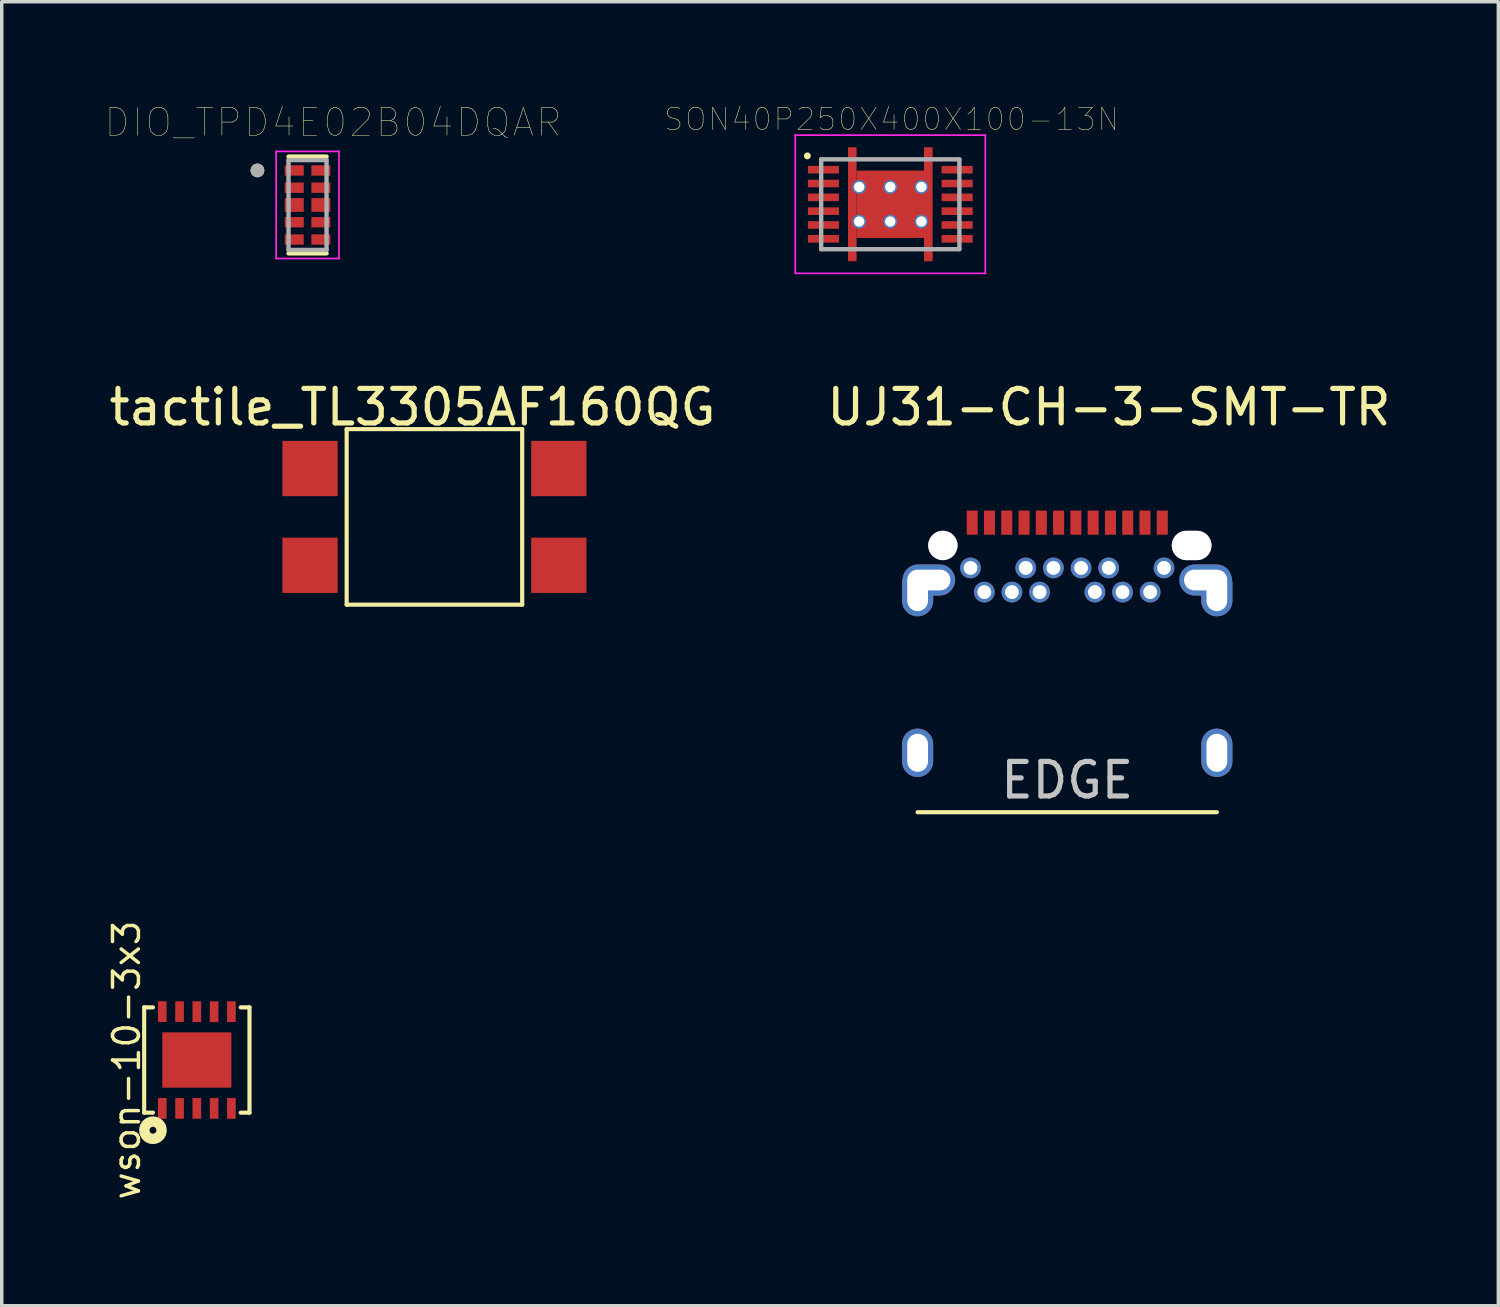
<source format=kicad_pcb>
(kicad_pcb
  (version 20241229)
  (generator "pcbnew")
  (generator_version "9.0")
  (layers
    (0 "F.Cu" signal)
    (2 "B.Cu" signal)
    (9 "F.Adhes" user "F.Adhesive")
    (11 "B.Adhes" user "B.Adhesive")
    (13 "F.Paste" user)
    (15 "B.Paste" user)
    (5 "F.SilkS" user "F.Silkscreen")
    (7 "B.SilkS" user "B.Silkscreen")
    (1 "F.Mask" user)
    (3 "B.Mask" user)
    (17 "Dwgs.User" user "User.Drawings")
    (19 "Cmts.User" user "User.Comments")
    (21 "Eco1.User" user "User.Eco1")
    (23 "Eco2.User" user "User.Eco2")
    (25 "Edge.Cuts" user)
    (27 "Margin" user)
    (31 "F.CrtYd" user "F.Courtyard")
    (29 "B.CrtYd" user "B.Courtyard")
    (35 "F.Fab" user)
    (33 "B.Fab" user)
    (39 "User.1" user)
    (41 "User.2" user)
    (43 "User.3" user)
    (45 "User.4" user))
  (footprint "UJ31-CH-3-SMT-TR"
    (layer "F.Cu")
    (at 27.835 12.735)
    (property "Reference" "UJ31-CH-3-SMT-TR" (at 1.206 -4 0) (layer "F.SilkS") (effects (font (size 1 1) (thickness 0.15))))
    (attr through_hole)
    (fp_line (start -4.33 7.72) (end 4.33 7.72) (stroke (width 0.12) (type solid)) (layer "F.SilkS"))
    (fp_text user "EDGE" (at 0 6.795 0) (layer "Dwgs.User") (effects (font (size 1 1) (thickness 0.15))))
    (pad "0" thru_hole oval (at -4.33 1.35) (size 0.9 1.4) (drill oval 0.6 1.1) (layers "*.Cu" "*.Mask"))
    (pad "0" thru_hole oval (at -4.33 6) (size 0.9 1.4) (drill oval 0.6 1.1) (layers "*.Cu" "*.Mask"))
    (pad "0" thru_hole oval (at -4.005 1) (size 1.52 0.9) (drill oval 1.25 0.6) (layers "*.Cu" "*.Mask"))
    (pad "0" thru_hole oval (at 4.005 1) (size 1.52 0.9) (drill oval 1.25 0.6) (layers "*.Cu" "*.Mask"))
    (pad "0" thru_hole oval (at 4.33 1.35) (size 0.9 1.4) (drill oval 0.6 1.1) (layers "*.Cu" "*.Mask"))
    (pad "0" thru_hole oval (at 4.33 6) (size 0.9 1.4) (drill oval 0.6 1.1) (layers "*.Cu" "*.Mask"))
    (pad "A1" smd rect (at -2.75 -0.66) (size 0.32 0.7) (layers "F.Cu" "F.Mask" "F.Paste"))
    (pad "A2" smd rect (at -2.25 -0.66) (size 0.32 0.7) (layers "F.Cu" "F.Mask" "F.Paste"))
    (pad "A3" smd rect (at -1.75 -0.66) (size 0.32 0.7) (layers "F.Cu" "F.Mask" "F.Paste"))
    (pad "A4" smd rect (at -1.25 -0.66) (size 0.32 0.7) (layers "F.Cu" "F.Mask" "F.Paste"))
    (pad "A5" smd rect (at -0.75 -0.66) (size 0.32 0.7) (layers "F.Cu" "F.Mask" "F.Paste"))
    (pad "A6" smd rect (at -0.25 -0.66) (size 0.32 0.7) (layers "F.Cu" "F.Mask" "F.Paste"))
    (pad "A7" smd rect (at 0.25 -0.66) (size 0.32 0.7) (layers "F.Cu" "F.Mask" "F.Paste"))
    (pad "A8" smd rect (at 0.75 -0.66) (size 0.32 0.7) (layers "F.Cu" "F.Mask" "F.Paste"))
    (pad "A9" smd rect (at 1.25 -0.66) (size 0.32 0.7) (layers "F.Cu" "F.Mask" "F.Paste"))
    (pad "A10" smd rect (at 1.75 -0.66) (size 0.32 0.7) (layers "F.Cu" "F.Mask" "F.Paste"))
    (pad "A11" smd rect (at 2.25 -0.66) (size 0.32 0.7) (layers "F.Cu" "F.Mask" "F.Paste"))
    (pad "A12" smd rect (at 2.75 -0.66) (size 0.32 0.7) (layers "F.Cu" "F.Mask" "F.Paste"))
    (pad "B1" thru_hole circle (at 2.8 0.65) (size 0.6 0.6) (drill 0.4) (layers "*.Cu" "*.Mask"))
    (pad "B2" thru_hole circle (at 2.4 1.35) (size 0.6 0.6) (drill 0.4) (layers "*.Cu" "*.Mask"))
    (pad "B3" thru_hole circle (at 1.6 1.35) (size 0.6 0.6) (drill 0.4) (layers "*.Cu" "*.Mask"))
    (pad "B4" thru_hole circle (at 1.2 0.65) (size 0.6 0.6) (drill 0.4) (layers "*.Cu" "*.Mask"))
    (pad "B5" thru_hole circle (at 0.8 1.35) (size 0.6 0.6) (drill 0.4) (layers "*.Cu" "*.Mask"))
    (pad "B6" thru_hole circle (at 0.4 0.65) (size 0.6 0.6) (drill 0.4) (layers "*.Cu" "*.Mask"))
    (pad "B7" thru_hole circle (at -0.4 0.65) (size 0.6 0.6) (drill 0.4) (layers "*.Cu" "*.Mask"))
    (pad "B8" thru_hole circle (at -0.8 1.35) (size 0.6 0.6) (drill 0.4) (layers "*.Cu" "*.Mask"))
    (pad "B9" thru_hole circle (at -1.2 0.65) (size 0.6 0.6) (drill 0.4) (layers "*.Cu" "*.Mask"))
    (pad "B10" thru_hole circle (at -1.6 1.35) (size 0.6 0.6) (drill 0.4) (layers "*.Cu" "*.Mask"))
    (pad "B11" thru_hole circle (at -2.4 1.35) (size 0.6 0.6) (drill 0.4) (layers "*.Cu" "*.Mask"))
    (pad "B12" thru_hole circle (at -2.8 0.65) (size 0.6 0.6) (drill 0.4) (layers "*.Cu" "*.Mask"))
    (pad "~" thru_hole circle (at -3.6 0) (size 0.85 0.85) (drill 0.85) (layers "*.Cu" "*.Mask"))
    (pad "~" thru_hole oval (at 3.6 0) (size 1.15 0.85) (drill oval 1.15 0.85) (layers "*.Cu" "*.Mask")))
  (footprint "DIO_TPD4E02B04DQAR"
    (layer "F.Cu")
    (at 5.85 2.882)
    (property "Reference" "DIO_TPD4E02B04DQAR" (at 0.74 -2.388 0) (layer "F.SilkS") (effects (font (size 0.8 0.8) (thickness 0.015))))
    (attr through_hole)
    (fp_poly (pts (xy -0.71 -1.2) (xy -0.06 -1.2) (xy -0.06 -0.8) (xy -0.71 -0.8)) (stroke (width 0.01) (type solid)) (fill yes) (layer "F.Mask"))
    (fp_poly (pts (xy -0.71 -0.7) (xy -0.06 -0.7) (xy -0.06 -0.3) (xy -0.71 -0.3)) (stroke (width 0.01) (type solid)) (fill yes) (layer "F.Mask"))
    (fp_poly (pts (xy -0.71 -0.25) (xy -0.06 -0.25) (xy -0.06 0.25) (xy -0.71 0.25)) (stroke (width 0.01) (type solid)) (fill yes) (layer "F.Mask"))
    (fp_poly (pts (xy -0.71 0.3) (xy -0.06 0.3) (xy -0.06 0.7) (xy -0.71 0.7)) (stroke (width 0.01) (type solid)) (fill yes) (layer "F.Mask"))
    (fp_poly (pts (xy -0.71 0.8) (xy -0.06 0.8) (xy -0.06 1.2) (xy -0.71 1.2)) (stroke (width 0.01) (type solid)) (fill yes) (layer "F.Mask"))
    (fp_poly (pts (xy 0.06 -1.2) (xy 0.71 -1.2) (xy 0.71 -0.8) (xy 0.06 -0.8)) (stroke (width 0.01) (type solid)) (fill yes) (layer "F.Mask"))
    (fp_poly (pts (xy 0.06 -0.7) (xy 0.71 -0.7) (xy 0.71 -0.3) (xy 0.06 -0.3)) (stroke (width 0.01) (type solid)) (fill yes) (layer "F.Mask"))
    (fp_poly (pts (xy 0.06 -0.25) (xy 0.71 -0.25) (xy 0.71 0.25) (xy 0.06 0.25)) (stroke (width 0.01) (type solid)) (fill yes) (layer "F.Mask"))
    (fp_poly (pts (xy 0.06 0.3) (xy 0.71 0.3) (xy 0.71 0.7) (xy 0.06 0.7)) (stroke (width 0.01) (type solid)) (fill yes) (layer "F.Mask"))
    (fp_poly (pts (xy 0.06 0.8) (xy 0.71 0.8) (xy 0.71 1.2) (xy 0.06 1.2)) (stroke (width 0.01) (type solid)) (fill yes) (layer "F.Mask"))
    (fp_line (start -0.55 1.4) (end 0.55 1.4) (stroke (width 0.127) (type solid)) (layer "F.SilkS"))
    (fp_line (start 0.55 -1.4) (end -0.55 -1.4) (stroke (width 0.127) (type solid)) (layer "F.SilkS"))
    (fp_circle (center -1.45 -1) (end -1.35 -1) (stroke (width 0.2) (type solid)) (fill no) (layer "F.SilkS"))
    (fp_line (start -0.91 -1.55) (end 0.91 -1.55) (stroke (width 0.05) (type solid)) (layer "F.CrtYd"))
    (fp_line (start -0.91 1.55) (end -0.91 -1.55) (stroke (width 0.05) (type solid)) (layer "F.CrtYd"))
    (fp_line (start 0.91 -1.55) (end 0.91 1.55) (stroke (width 0.05) (type solid)) (layer "F.CrtYd"))
    (fp_line (start 0.91 1.55) (end -0.91 1.55) (stroke (width 0.05) (type solid)) (layer "F.CrtYd"))
    (fp_line (start -0.55 -1.3) (end -0.55 1.3) (stroke (width 0.127) (type solid)) (layer "F.Fab"))
    (fp_line (start -0.55 1.3) (end 0.55 1.3) (stroke (width 0.127) (type solid)) (layer "F.Fab"))
    (fp_line (start 0.55 -1.3) (end -0.55 -1.3) (stroke (width 0.127) (type solid)) (layer "F.Fab"))
    (fp_line (start 0.55 1.3) (end 0.55 -1.3) (stroke (width 0.127) (type solid)) (layer "F.Fab"))
    (fp_circle (center -1.45 -1) (end -1.35 -1) (stroke (width 0.2) (type solid)) (fill no) (layer "F.Fab"))
    (pad "1" smd rect (at -0.385 -1) (size 0.55 0.3) (layers "F.Cu" "F.Paste"))
    (pad "2" smd rect (at -0.385 -0.5) (size 0.55 0.3) (layers "F.Cu" "F.Paste"))
    (pad "3" smd rect (at -0.385 0) (size 0.55 0.4) (layers "F.Cu" "F.Paste"))
    (pad "4" smd rect (at -0.385 0.5) (size 0.55 0.3) (layers "F.Cu" "F.Paste"))
    (pad "5" smd rect (at -0.385 1) (size 0.55 0.3) (layers "F.Cu" "F.Paste"))
    (pad "6" smd rect (at 0.385 1) (size 0.55 0.3) (layers "F.Cu" "F.Paste"))
    (pad "7" smd rect (at 0.385 0.5) (size 0.55 0.3) (layers "F.Cu" "F.Paste"))
    (pad "8" smd rect (at 0.385 0) (size 0.55 0.4) (layers "F.Cu" "F.Paste"))
    (pad "9" smd rect (at 0.385 -0.5) (size 0.55 0.3) (layers "F.Cu" "F.Paste"))
    (pad "10" smd rect (at 0.385 -1) (size 0.55 0.3) (layers "F.Cu" "F.Paste")))
  (footprint "SON40P250X400X100-13N"
    (layer "F.Cu")
    (at 22.714 2.861)
    (property "Reference" "SON40P250X400X100-13N" (at 0.032 -2.46 0) (layer "F.SilkS") (effects (font (size 0.641 0.641) (thickness 0.015))))
    (attr through_hole)
    (fp_circle (center -2.4 -1.4) (end -2.35 -1.4) (stroke (width 0.1) (type solid)) (fill no) (layer "F.SilkS"))
    (fp_poly (pts (xy -1.228 -1.625) (xy -0.975 -1.625) (xy -0.975 -1.103) (xy -1.228 -1.103)) (stroke (width 0.01) (type solid)) (fill yes) (layer "F.Paste"))
    (fp_poly (pts (xy -1.227 1.1) (xy -0.975 1.1) (xy -0.975 1.627) (xy -1.227 1.627)) (stroke (width 0.01) (type solid)) (fill yes) (layer "F.Paste"))
    (fp_poly (pts (xy -1.102 -0.9) (xy -0.1 -0.9) (xy -0.1 -0.1) (xy -1.102 -0.1)) (stroke (width 0.01) (type solid)) (fill yes) (layer "F.Paste"))
    (fp_poly (pts (xy -1.102 0.1) (xy -0.1 0.1) (xy -0.1 0.902) (xy -1.102 0.902)) (stroke (width 0.01) (type solid)) (fill yes) (layer "F.Paste"))
    (fp_poly (pts (xy 0.1 0.1) (xy 1.1 0.1) (xy 1.1 0.901) (xy 0.1 0.901)) (stroke (width 0.01) (type solid)) (fill yes) (layer "F.Paste"))
    (fp_poly (pts (xy 0.1 -0.9) (xy 1.1 -0.9) (xy 1.1 -0.1) (xy 0.1 -0.1)) (stroke (width 0.01) (type solid)) (fill yes) (layer "F.Paste"))
    (fp_poly (pts (xy 0.976 1.1) (xy 1.225 1.1) (xy 1.225 1.627) (xy 0.976 1.627)) (stroke (width 0.01) (type solid)) (fill yes) (layer "F.Paste"))
    (fp_poly (pts (xy 0.978 -1.625) (xy 1.225 -1.625) (xy 1.225 -1.104) (xy 0.978 -1.104)) (stroke (width 0.01) (type solid)) (fill yes) (layer "F.Paste"))
    (fp_line (start -2.75 -2) (end -2.75 2) (stroke (width 0.05) (type solid)) (layer "F.CrtYd"))
    (fp_line (start -2.75 2) (end 2.75 2) (stroke (width 0.05) (type solid)) (layer "F.CrtYd"))
    (fp_line (start 2.75 -2) (end -2.75 -2) (stroke (width 0.05) (type solid)) (layer "F.CrtYd"))
    (fp_line (start 2.75 2) (end 2.75 -2) (stroke (width 0.05) (type solid)) (layer "F.CrtYd"))
    (fp_line (start -2 -1.3) (end 2 -1.3) (stroke (width 0.127) (type solid)) (layer "F.Fab"))
    (fp_line (start -2 1.3) (end -2 -1.3) (stroke (width 0.127) (type solid)) (layer "F.Fab"))
    (fp_line (start 2 -1.3) (end 2 1.3) (stroke (width 0.127) (type solid)) (layer "F.Fab"))
    (fp_line (start 2 1.3) (end -2 1.3) (stroke (width 0.127) (type solid)) (layer "F.Fab"))
    (pad "1" smd rect (at -1.935 -1) (size 0.9 0.22) (layers "F.Cu" "F.Mask" "F.Paste"))
    (pad "2" smd rect (at -1.935 -0.6) (size 0.9 0.22) (layers "F.Cu" "F.Mask" "F.Paste"))
    (pad "3" smd rect (at -1.935 -0.2) (size 0.9 0.22) (layers "F.Cu" "F.Mask" "F.Paste"))
    (pad "4" smd rect (at -1.935 0.2) (size 0.9 0.22) (layers "F.Cu" "F.Mask" "F.Paste"))
    (pad "5" smd rect (at -1.935 0.6) (size 0.9 0.22) (layers "F.Cu" "F.Mask" "F.Paste"))
    (pad "6" smd rect (at -1.935 1) (size 0.9 0.22) (layers "F.Cu" "F.Mask" "F.Paste"))
    (pad "7" smd rect (at 1.935 1) (size 0.9 0.22) (layers "F.Cu" "F.Mask" "F.Paste"))
    (pad "8" smd rect (at 1.935 0.6) (size 0.9 0.22) (layers "F.Cu" "F.Mask" "F.Paste"))
    (pad "9" smd rect (at 1.935 0.2) (size 0.9 0.22) (layers "F.Cu" "F.Mask" "F.Paste"))
    (pad "10" smd rect (at 1.935 -0.2) (size 0.9 0.22) (layers "F.Cu" "F.Mask" "F.Paste"))
    (pad "11" smd rect (at 1.935 -0.6) (size 0.9 0.22) (layers "F.Cu" "F.Mask" "F.Paste"))
    (pad "12" smd rect (at 1.935 -1) (size 0.9 0.22) (layers "F.Cu" "F.Mask" "F.Paste"))
    (pad "13" smd rect (at 0 0) (size 1.95 1.95) (layers "F.Cu" "F.Mask"))
    (pad "14" smd rect (at -1.1 0) (size 0.25 3.3) (layers "F.Cu" "F.Mask"))
    (pad "15" smd rect (at 1.1 0) (size 0.25 3.3) (layers "F.Cu" "F.Mask"))
    (pad "P1" thru_hole circle (at -0.9 -0.5) (size 0.4 0.4) (drill 0.3) (layers "*.Cu" "*.Mask"))
    (pad "P2" thru_hole circle (at 0 -0.5) (size 0.4 0.4) (drill 0.3) (layers "*.Cu" "*.Mask"))
    (pad "P3" thru_hole circle (at 0.9 -0.5) (size 0.4 0.4) (drill 0.3) (layers "*.Cu" "*.Mask"))
    (pad "P4" thru_hole circle (at -0.9 0.5) (size 0.4 0.4) (drill 0.3) (layers "*.Cu" "*.Mask"))
    (pad "P5" thru_hole circle (at 0 0.5) (size 0.4 0.4) (drill 0.3) (layers "*.Cu" "*.Mask"))
    (pad "P6" thru_hole circle (at 0.9 0.5) (size 0.4 0.4) (drill 0.3) (layers "*.Cu" "*.Mask")))
  (footprint "tactile_TL3305AF160QG"
    (layer "F.Cu")
    (at 9.522 11.909)
    (property "Reference" "tactile_TL3305AF160QG" (at -0.635 -3.175 0) (layer "F.SilkS") (effects (font (size 1 1) (thickness 0.15))))
    (attr through_hole)
    (fp_line (start -2.54 -2.54) (end 2.54 -2.54) (stroke (width 0.12) (type solid)) (layer "F.SilkS"))
    (fp_line (start -2.54 2.54) (end -2.54 -2.54) (stroke (width 0.12) (type solid)) (layer "F.SilkS"))
    (fp_line (start 2.54 -2.54) (end 2.54 2.54) (stroke (width 0.12) (type solid)) (layer "F.SilkS"))
    (fp_line (start 2.54 2.54) (end -2.54 2.54) (stroke (width 0.12) (type solid)) (layer "F.SilkS"))
    (pad "1" smd rect (at -3.6 1.4) (size 1.6 1.6) (layers "F.Cu" "F.Mask" "F.Paste"))
    (pad "2" smd rect (at 3.6 1.4) (size 1.6 1.6) (layers "F.Cu" "F.Mask" "F.Paste"))
    (pad "3" smd rect (at -3.6 -1.4) (size 1.6 1.6) (layers "F.Cu" "F.Mask" "F.Paste"))
    (pad "4" smd rect (at 3.6 -1.4) (size 1.6 1.6) (layers "F.Cu" "F.Mask" "F.Paste")))
  (footprint "wson-10-3x3"
    (layer "F.Cu")
    (at 2.646 27.626)
    (property "Reference" "wson-10-3x3" (at -2.032 0 90) (layer "F.SilkS") (effects (font (size 0.75 0.75) (thickness 0.1))))
    (attr through_hole)
    (fp_line (start -1.524 -1.524) (end -1.524 1.524) (stroke (width 0.12) (type solid)) (layer "F.SilkS"))
    (fp_line (start -1.524 -1.524) (end -1.27 -1.524) (stroke (width 0.12) (type solid)) (layer "F.SilkS"))
    (fp_line (start -1.524 1.524) (end -1.27 1.524) (stroke (width 0.12) (type solid)) (layer "F.SilkS"))
    (fp_line (start 1.27 -1.524) (end 1.524 -1.524) (stroke (width 0.12) (type solid)) (layer "F.SilkS"))
    (fp_line (start 1.524 -1.524) (end 1.524 1.524) (stroke (width 0.12) (type solid)) (layer "F.SilkS"))
    (fp_line (start 1.524 1.524) (end 1.27 1.524) (stroke (width 0.12) (type solid)) (layer "F.SilkS"))
    (fp_circle (center -1.27 2.032) (end -1.17 2.032) (stroke (width 0.3) (type solid)) (fill no) (layer "F.SilkS"))
    (pad "1" smd rect (at -1 1.4) (size 0.25 0.6) (layers "F.Cu" "F.Mask" "F.Paste"))
    (pad "2" smd rect (at -0.5 1.4) (size 0.25 0.6) (layers "F.Cu" "F.Mask" "F.Paste"))
    (pad "3" smd rect (at 0 0) (size 2 1.6) (layers "F.Cu" "F.Mask" "F.Paste"))
    (pad "3" smd rect (at 0 1.4) (size 0.25 0.6) (layers "F.Cu" "F.Mask" "F.Paste"))
    (pad "4" smd rect (at 0.5 1.4) (size 0.25 0.6) (layers "F.Cu" "F.Mask" "F.Paste"))
    (pad "5" smd rect (at 1 1.4) (size 0.25 0.6) (layers "F.Cu" "F.Mask" "F.Paste"))
    (pad "6" smd rect (at 1 -1.4) (size 0.25 0.6) (layers "F.Cu" "F.Mask" "F.Paste"))
    (pad "7" smd rect (at 0.5 -1.4) (size 0.25 0.6) (layers "F.Cu" "F.Mask" "F.Paste"))
    (pad "8" smd rect (at 0 -1.4) (size 0.25 0.6) (layers "F.Cu" "F.Mask" "F.Paste"))
    (pad "9" smd rect (at -0.5 -1.4) (size 0.25 0.6) (layers "F.Cu" "F.Mask" "F.Paste"))
    (pad "10" smd rect (at -1 -1.4) (size 0.25 0.6) (layers "F.Cu" "F.Mask" "F.Paste")))
  (gr_rect
    (start -3 -3)
    (end 40.31 34.736)
    (stroke (width 0.1) (type default))
    (fill no)
    (layer "Edge.Cuts")))
</source>
